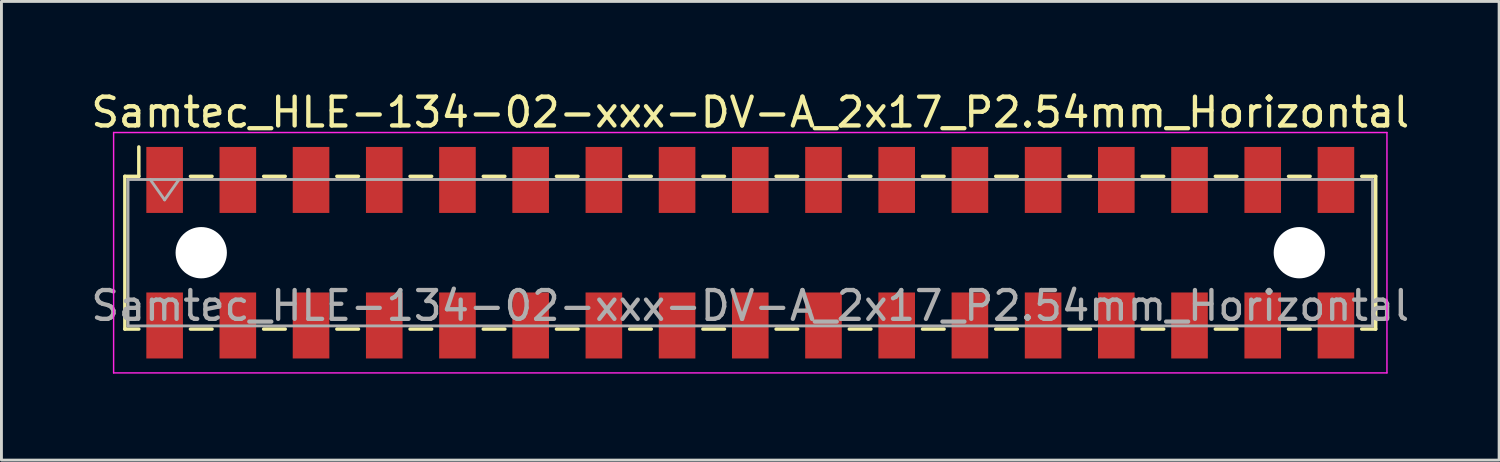
<source format=kicad_pcb>
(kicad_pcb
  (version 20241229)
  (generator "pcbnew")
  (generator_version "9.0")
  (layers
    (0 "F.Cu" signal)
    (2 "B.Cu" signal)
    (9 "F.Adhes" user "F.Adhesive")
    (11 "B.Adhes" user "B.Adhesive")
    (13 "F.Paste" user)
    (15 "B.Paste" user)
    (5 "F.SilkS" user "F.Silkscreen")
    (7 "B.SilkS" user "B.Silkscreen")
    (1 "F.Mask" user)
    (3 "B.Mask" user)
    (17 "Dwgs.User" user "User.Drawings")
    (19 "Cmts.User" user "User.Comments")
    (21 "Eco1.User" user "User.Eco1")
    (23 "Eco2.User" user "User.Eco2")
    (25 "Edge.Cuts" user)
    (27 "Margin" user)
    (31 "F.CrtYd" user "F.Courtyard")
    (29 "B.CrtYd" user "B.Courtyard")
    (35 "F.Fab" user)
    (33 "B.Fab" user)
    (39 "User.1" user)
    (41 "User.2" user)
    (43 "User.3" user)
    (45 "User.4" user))
  (footprint "Samtec_HLE-134-02-xxx-DV-A_2x17_P2.54mm_Horizontal"
    (layer "F.Cu")
    (at 22.982 5.718)
    (property "Reference" "Samtec_HLE-134-02-xxx-DV-A_2x17_P2.54mm_Horizontal" (at 0 -4.87 0) (layer "F.SilkS") (effects (font (size 1 1) (thickness 0.15))))
    (attr smd)
    (fp_line (start -21.7 -2.65) (end -21.7 2.65) (stroke (width 0.12) (type solid)) (layer "F.SilkS"))
    (fp_line (start -21.7 2.65) (end -21.215 2.65) (stroke (width 0.12) (type solid)) (layer "F.SilkS"))
    (fp_line (start -21.215 -3.67) (end -21.215 -2.65) (stroke (width 0.12) (type solid)) (layer "F.SilkS"))
    (fp_line (start -21.215 -2.65) (end -21.7 -2.65) (stroke (width 0.12) (type solid)) (layer "F.SilkS"))
    (fp_line (start -19.425 -2.65) (end -18.675 -2.65) (stroke (width 0.12) (type solid)) (layer "F.SilkS"))
    (fp_line (start -19.425 2.65) (end -18.675 2.65) (stroke (width 0.12) (type solid)) (layer "F.SilkS"))
    (fp_line (start -16.885 -2.65) (end -16.135 -2.65) (stroke (width 0.12) (type solid)) (layer "F.SilkS"))
    (fp_line (start -16.885 2.65) (end -16.135 2.65) (stroke (width 0.12) (type solid)) (layer "F.SilkS"))
    (fp_line (start -14.345 -2.65) (end -13.595 -2.65) (stroke (width 0.12) (type solid)) (layer "F.SilkS"))
    (fp_line (start -14.345 2.65) (end -13.595 2.65) (stroke (width 0.12) (type solid)) (layer "F.SilkS"))
    (fp_line (start -11.805 -2.65) (end -11.055 -2.65) (stroke (width 0.12) (type solid)) (layer "F.SilkS"))
    (fp_line (start -11.805 2.65) (end -11.055 2.65) (stroke (width 0.12) (type solid)) (layer "F.SilkS"))
    (fp_line (start -9.265 -2.65) (end -8.515 -2.65) (stroke (width 0.12) (type solid)) (layer "F.SilkS"))
    (fp_line (start -9.265 2.65) (end -8.515 2.65) (stroke (width 0.12) (type solid)) (layer "F.SilkS"))
    (fp_line (start -6.725 -2.65) (end -5.975 -2.65) (stroke (width 0.12) (type solid)) (layer "F.SilkS"))
    (fp_line (start -6.725 2.65) (end -5.975 2.65) (stroke (width 0.12) (type solid)) (layer "F.SilkS"))
    (fp_line (start -4.185 -2.65) (end -3.435 -2.65) (stroke (width 0.12) (type solid)) (layer "F.SilkS"))
    (fp_line (start -4.185 2.65) (end -3.435 2.65) (stroke (width 0.12) (type solid)) (layer "F.SilkS"))
    (fp_line (start -1.645 -2.65) (end -0.895 -2.65) (stroke (width 0.12) (type solid)) (layer "F.SilkS"))
    (fp_line (start -1.645 2.65) (end -0.895 2.65) (stroke (width 0.12) (type solid)) (layer "F.SilkS"))
    (fp_line (start 0.895 -2.65) (end 1.645 -2.65) (stroke (width 0.12) (type solid)) (layer "F.SilkS"))
    (fp_line (start 0.895 2.65) (end 1.645 2.65) (stroke (width 0.12) (type solid)) (layer "F.SilkS"))
    (fp_line (start 3.435 -2.65) (end 4.185 -2.65) (stroke (width 0.12) (type solid)) (layer "F.SilkS"))
    (fp_line (start 3.435 2.65) (end 4.185 2.65) (stroke (width 0.12) (type solid)) (layer "F.SilkS"))
    (fp_line (start 5.975 -2.65) (end 6.725 -2.65) (stroke (width 0.12) (type solid)) (layer "F.SilkS"))
    (fp_line (start 5.975 2.65) (end 6.725 2.65) (stroke (width 0.12) (type solid)) (layer "F.SilkS"))
    (fp_line (start 8.515 -2.65) (end 9.265 -2.65) (stroke (width 0.12) (type solid)) (layer "F.SilkS"))
    (fp_line (start 8.515 2.65) (end 9.265 2.65) (stroke (width 0.12) (type solid)) (layer "F.SilkS"))
    (fp_line (start 11.055 -2.65) (end 11.805 -2.65) (stroke (width 0.12) (type solid)) (layer "F.SilkS"))
    (fp_line (start 11.055 2.65) (end 11.805 2.65) (stroke (width 0.12) (type solid)) (layer "F.SilkS"))
    (fp_line (start 13.595 -2.65) (end 14.345 -2.65) (stroke (width 0.12) (type solid)) (layer "F.SilkS"))
    (fp_line (start 13.595 2.65) (end 14.345 2.65) (stroke (width 0.12) (type solid)) (layer "F.SilkS"))
    (fp_line (start 16.135 -2.65) (end 16.885 -2.65) (stroke (width 0.12) (type solid)) (layer "F.SilkS"))
    (fp_line (start 16.135 2.65) (end 16.885 2.65) (stroke (width 0.12) (type solid)) (layer "F.SilkS"))
    (fp_line (start 18.675 -2.65) (end 19.425 -2.65) (stroke (width 0.12) (type solid)) (layer "F.SilkS"))
    (fp_line (start 18.675 2.65) (end 19.425 2.65) (stroke (width 0.12) (type solid)) (layer "F.SilkS"))
    (fp_line (start 21.215 -2.65) (end 21.7 -2.65) (stroke (width 0.12) (type solid)) (layer "F.SilkS"))
    (fp_line (start 21.7 -2.65) (end 21.7 2.65) (stroke (width 0.12) (type solid)) (layer "F.SilkS"))
    (fp_line (start 21.7 2.65) (end 21.215 2.65) (stroke (width 0.12) (type solid)) (layer "F.SilkS"))
    (fp_line (start -22.09 -4.17) (end 22.09 -4.17) (stroke (width 0.05) (type solid)) (layer "F.CrtYd"))
    (fp_line (start -22.09 4.17) (end -22.09 -4.17) (stroke (width 0.05) (type solid)) (layer "F.CrtYd"))
    (fp_line (start 22.09 -4.17) (end 22.09 4.17) (stroke (width 0.05) (type solid)) (layer "F.CrtYd"))
    (fp_line (start 22.09 4.17) (end -22.09 4.17) (stroke (width 0.05) (type solid)) (layer "F.CrtYd"))
    (fp_line (start -21.59 -2.54) (end 21.59 -2.54) (stroke (width 0.1) (type solid)) (layer "F.Fab"))
    (fp_line (start -21.59 2.54) (end -21.59 -2.54) (stroke (width 0.1) (type solid)) (layer "F.Fab"))
    (fp_line (start -20.82 -2.54) (end -20.32 -1.833) (stroke (width 0.1) (type solid)) (layer "F.Fab"))
    (fp_line (start -20.32 -1.833) (end -19.82 -2.54) (stroke (width 0.1) (type solid)) (layer "F.Fab"))
    (fp_line (start 21.59 -2.54) (end 21.59 2.54) (stroke (width 0.1) (type solid)) (layer "F.Fab"))
    (fp_line (start 21.59 2.54) (end -21.59 2.54) (stroke (width 0.1) (type solid)) (layer "F.Fab"))
    (fp_text user "${REFERENCE}" (at 0 1.84 0) (layer "F.Fab") (effects (font (size 1 1) (thickness 0.15))))
    (pad "" np_thru_hole circle (at -19.05 0) (size 1.78 1.78) (drill 1.78) (layers "*.Cu" "*.Mask"))
    (pad "" np_thru_hole circle (at 19.05 0) (size 1.78 1.78) (drill 1.78) (layers "*.Cu" "*.Mask"))
    (pad "1" smd rect (at -20.32 -2.525) (size 1.27 2.29) (layers "F.Cu" "F.Mask" "F.Paste"))
    (pad "2" smd rect (at -20.32 2.525) (size 1.27 2.29) (layers "F.Cu" "F.Mask" "F.Paste"))
    (pad "3" smd rect (at -17.78 -2.525) (size 1.27 2.29) (layers "F.Cu" "F.Mask" "F.Paste"))
    (pad "4" smd rect (at -17.78 2.525) (size 1.27 2.29) (layers "F.Cu" "F.Mask" "F.Paste"))
    (pad "5" smd rect (at -15.24 -2.525) (size 1.27 2.29) (layers "F.Cu" "F.Mask" "F.Paste"))
    (pad "6" smd rect (at -15.24 2.525) (size 1.27 2.29) (layers "F.Cu" "F.Mask" "F.Paste"))
    (pad "7" smd rect (at -12.7 -2.525) (size 1.27 2.29) (layers "F.Cu" "F.Mask" "F.Paste"))
    (pad "8" smd rect (at -12.7 2.525) (size 1.27 2.29) (layers "F.Cu" "F.Mask" "F.Paste"))
    (pad "9" smd rect (at -10.16 -2.525) (size 1.27 2.29) (layers "F.Cu" "F.Mask" "F.Paste"))
    (pad "10" smd rect (at -10.16 2.525) (size 1.27 2.29) (layers "F.Cu" "F.Mask" "F.Paste"))
    (pad "11" smd rect (at -7.62 -2.525) (size 1.27 2.29) (layers "F.Cu" "F.Mask" "F.Paste"))
    (pad "12" smd rect (at -7.62 2.525) (size 1.27 2.29) (layers "F.Cu" "F.Mask" "F.Paste"))
    (pad "13" smd rect (at -5.08 -2.525) (size 1.27 2.29) (layers "F.Cu" "F.Mask" "F.Paste"))
    (pad "14" smd rect (at -5.08 2.525) (size 1.27 2.29) (layers "F.Cu" "F.Mask" "F.Paste"))
    (pad "15" smd rect (at -2.54 -2.525) (size 1.27 2.29) (layers "F.Cu" "F.Mask" "F.Paste"))
    (pad "16" smd rect (at -2.54 2.525) (size 1.27 2.29) (layers "F.Cu" "F.Mask" "F.Paste"))
    (pad "17" smd rect (at 0 -2.525) (size 1.27 2.29) (layers "F.Cu" "F.Mask" "F.Paste"))
    (pad "18" smd rect (at 0 2.525) (size 1.27 2.29) (layers "F.Cu" "F.Mask" "F.Paste"))
    (pad "19" smd rect (at 2.54 -2.525) (size 1.27 2.29) (layers "F.Cu" "F.Mask" "F.Paste"))
    (pad "20" smd rect (at 2.54 2.525) (size 1.27 2.29) (layers "F.Cu" "F.Mask" "F.Paste"))
    (pad "21" smd rect (at 5.08 -2.525) (size 1.27 2.29) (layers "F.Cu" "F.Mask" "F.Paste"))
    (pad "22" smd rect (at 5.08 2.525) (size 1.27 2.29) (layers "F.Cu" "F.Mask" "F.Paste"))
    (pad "23" smd rect (at 7.62 -2.525) (size 1.27 2.29) (layers "F.Cu" "F.Mask" "F.Paste"))
    (pad "24" smd rect (at 7.62 2.525) (size 1.27 2.29) (layers "F.Cu" "F.Mask" "F.Paste"))
    (pad "25" smd rect (at 10.16 -2.525) (size 1.27 2.29) (layers "F.Cu" "F.Mask" "F.Paste"))
    (pad "26" smd rect (at 10.16 2.525) (size 1.27 2.29) (layers "F.Cu" "F.Mask" "F.Paste"))
    (pad "27" smd rect (at 12.7 -2.525) (size 1.27 2.29) (layers "F.Cu" "F.Mask" "F.Paste"))
    (pad "28" smd rect (at 12.7 2.525) (size 1.27 2.29) (layers "F.Cu" "F.Mask" "F.Paste"))
    (pad "29" smd rect (at 15.24 -2.525) (size 1.27 2.29) (layers "F.Cu" "F.Mask" "F.Paste"))
    (pad "30" smd rect (at 15.24 2.525) (size 1.27 2.29) (layers "F.Cu" "F.Mask" "F.Paste"))
    (pad "31" smd rect (at 17.78 -2.525) (size 1.27 2.29) (layers "F.Cu" "F.Mask" "F.Paste"))
    (pad "32" smd rect (at 17.78 2.525) (size 1.27 2.29) (layers "F.Cu" "F.Mask" "F.Paste"))
    (pad "33" smd rect (at 20.32 -2.525) (size 1.27 2.29) (layers "F.Cu" "F.Mask" "F.Paste"))
    (pad "34" smd rect (at 20.32 2.525) (size 1.27 2.29) (layers "F.Cu" "F.Mask" "F.Paste")))
  (gr_rect
    (start -3 -3)
    (end 48.964 12.913)
    (stroke (width 0.1) (type default))
    (fill no)
    (layer "Edge.Cuts")))
</source>
